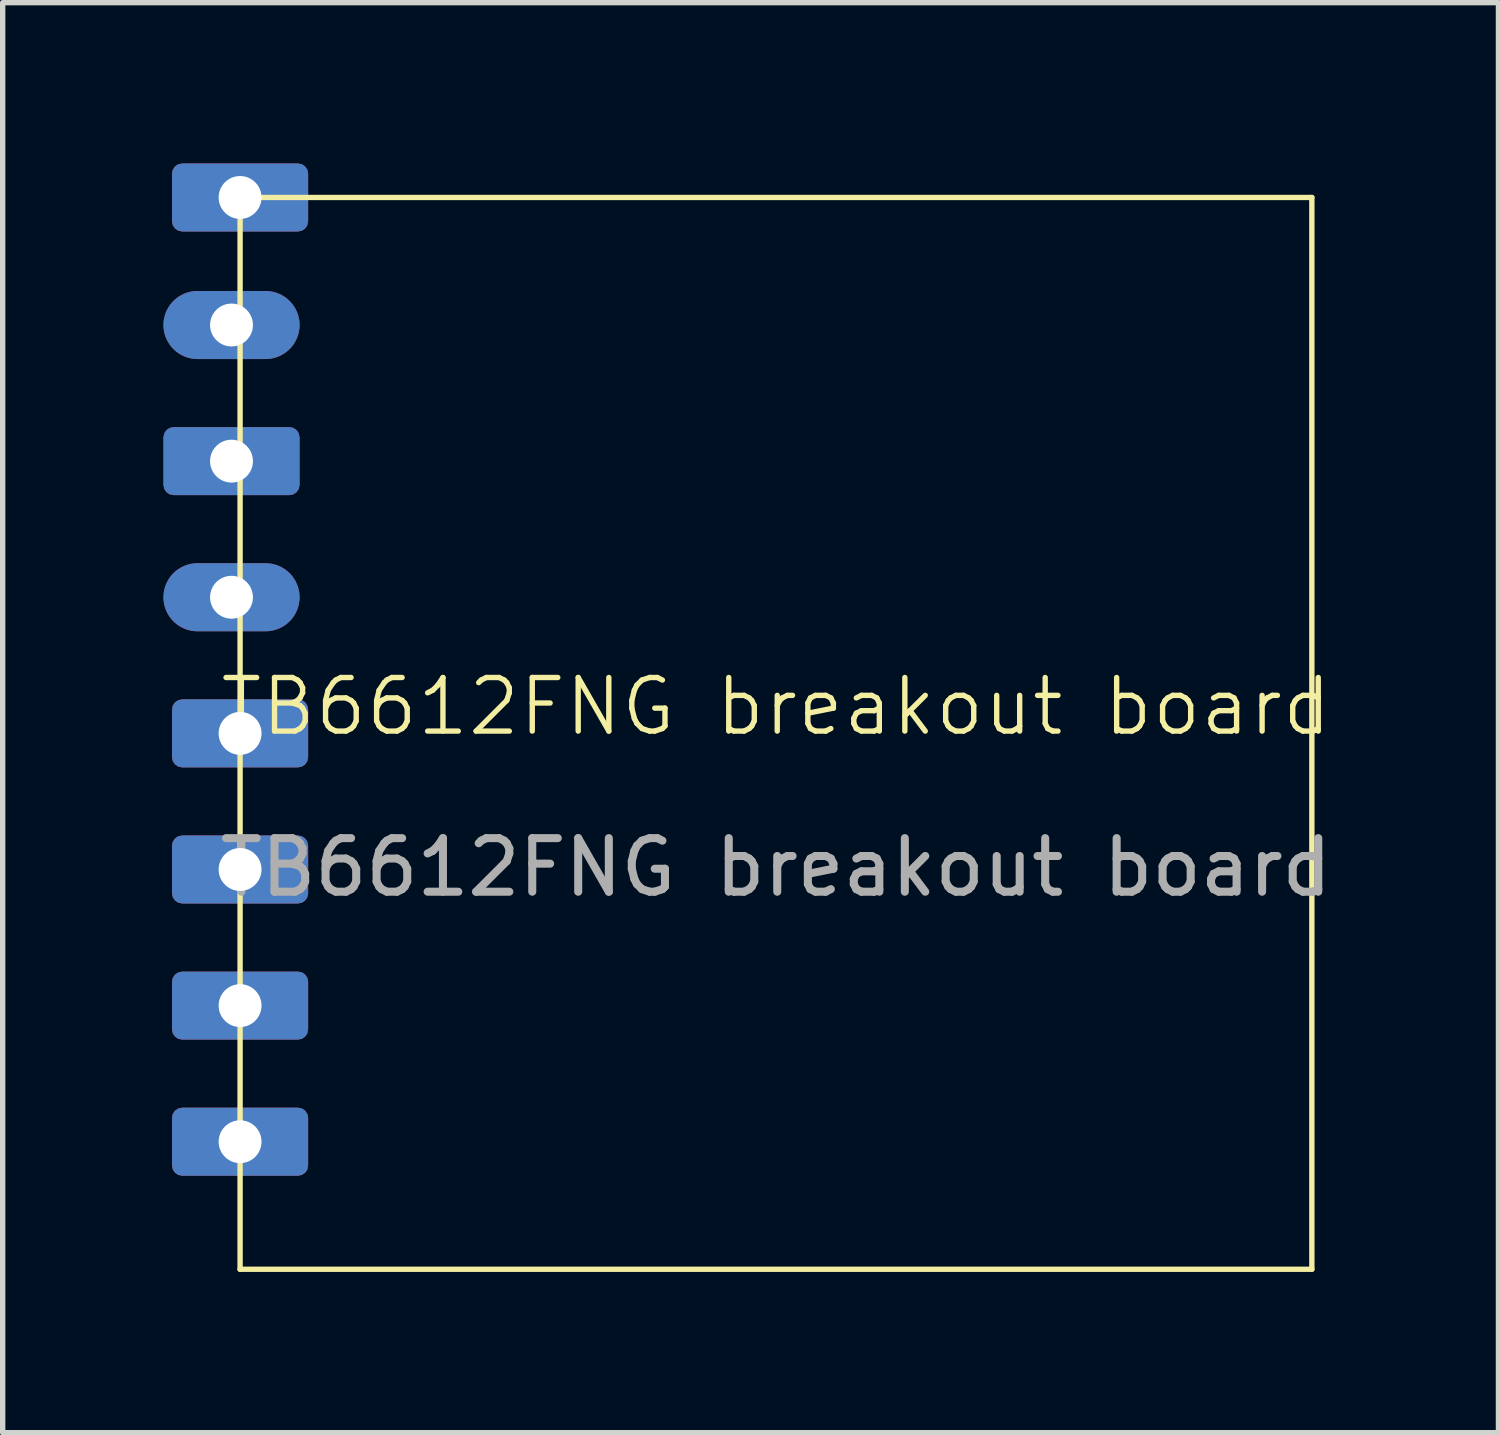
<source format=kicad_pcb>
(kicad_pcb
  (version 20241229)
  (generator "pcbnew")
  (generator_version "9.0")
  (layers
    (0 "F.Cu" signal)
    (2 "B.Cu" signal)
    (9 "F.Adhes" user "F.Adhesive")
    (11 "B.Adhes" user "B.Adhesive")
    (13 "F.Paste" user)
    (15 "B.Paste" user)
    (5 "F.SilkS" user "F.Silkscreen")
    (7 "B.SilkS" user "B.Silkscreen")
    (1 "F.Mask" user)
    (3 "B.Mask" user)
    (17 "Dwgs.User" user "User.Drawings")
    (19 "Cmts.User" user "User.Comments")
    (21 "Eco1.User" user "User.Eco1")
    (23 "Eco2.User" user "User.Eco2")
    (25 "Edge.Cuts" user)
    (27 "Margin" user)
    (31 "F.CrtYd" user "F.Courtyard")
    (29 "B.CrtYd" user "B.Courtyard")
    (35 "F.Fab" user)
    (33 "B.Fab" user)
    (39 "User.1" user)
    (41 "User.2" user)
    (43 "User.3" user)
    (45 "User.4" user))
  (footprint "TB6612FNG breakout board"
    (layer "F.Cu")
    (at 11.43 10.635)
    (property "Reference" "TB6612FNG breakout board" (at 0 -0.5 0) (unlocked yes) (layer "F.SilkS") (effects (font (size 1 1) (thickness 0.1))))
    (attr through_hole)
    (fp_line (start -10 -10) (end 10 -10) (stroke (width 0.1) (type default)) (layer "F.SilkS"))
    (fp_line (start -10 10) (end -10 -10) (stroke (width 0.1) (type default)) (layer "F.SilkS"))
    (fp_line (start 10 -10) (end 10 10) (stroke (width 0.1) (type default)) (layer "F.SilkS"))
    (fp_line (start 10 10) (end -10 10) (stroke (width 0.1) (type default)) (layer "F.SilkS"))
    (fp_text user "${REFERENCE}" (at 0 2.5 0) (unlocked yes) (layer "F.Fab") (effects (font (size 1 1) (thickness 0.15))))
    (pad "1" thru_hole roundrect (at -10 -10) (size 2.54 1.27) (drill 0.8) (layers "*.Cu" "*.Mask") (roundrect_rratio 0.15))
    (pad "2" thru_hole oval (at -10.16 -7.62) (size 2.54 1.27) (drill 0.8) (layers "*.Cu" "*.Mask"))
    (pad "3" thru_hole roundrect (at -10.16 -5.08) (size 2.54 1.27) (drill 0.8) (layers "*.Cu" "*.Mask") (roundrect_rratio 0.15))
    (pad "4" thru_hole oval (at -10.16 -2.54) (size 2.54 1.27) (drill 0.8) (layers "*.Cu" "*.Mask"))
    (pad "5" thru_hole roundrect (at -10 0) (size 2.54 1.27) (drill 0.8) (layers "*.Cu" "*.Mask") (roundrect_rratio 0.15))
    (pad "6" thru_hole roundrect (at -10 2.54) (size 2.54 1.27) (drill 0.8) (layers "*.Cu" "*.Mask") (roundrect_rratio 0.15))
    (pad "7" thru_hole roundrect (at -10 5.08) (size 2.54 1.27) (drill 0.8) (layers "*.Cu" "*.Mask") (roundrect_rratio 0.15))
    (pad "8" thru_hole roundrect (at -10 7.62) (size 2.54 1.27) (drill 0.8) (layers "*.Cu" "*.Mask") (roundrect_rratio 0.15))
    (zone (net_name "") (layer "F.SilkS") (hatch edge 0.5) (connect_pads) (min_thickness 0.25) (filled_areas_thickness no) (keepout (tracks allowed) (vias allowed) (pads not_allowed) (copperpour allowed) (footprints not_allowed)) (placement (enabled no)) (fill) (polygon (pts (xy 1.43 0.635) (xy 21.43 0.635) (xy 21.43 20.635) (xy 1.43 20.635)))))
  (gr_rect
    (start -3 -3)
    (end 24.912 23.685)
    (stroke (width 0.1) (type default))
    (fill no)
    (layer "Edge.Cuts")))
</source>
